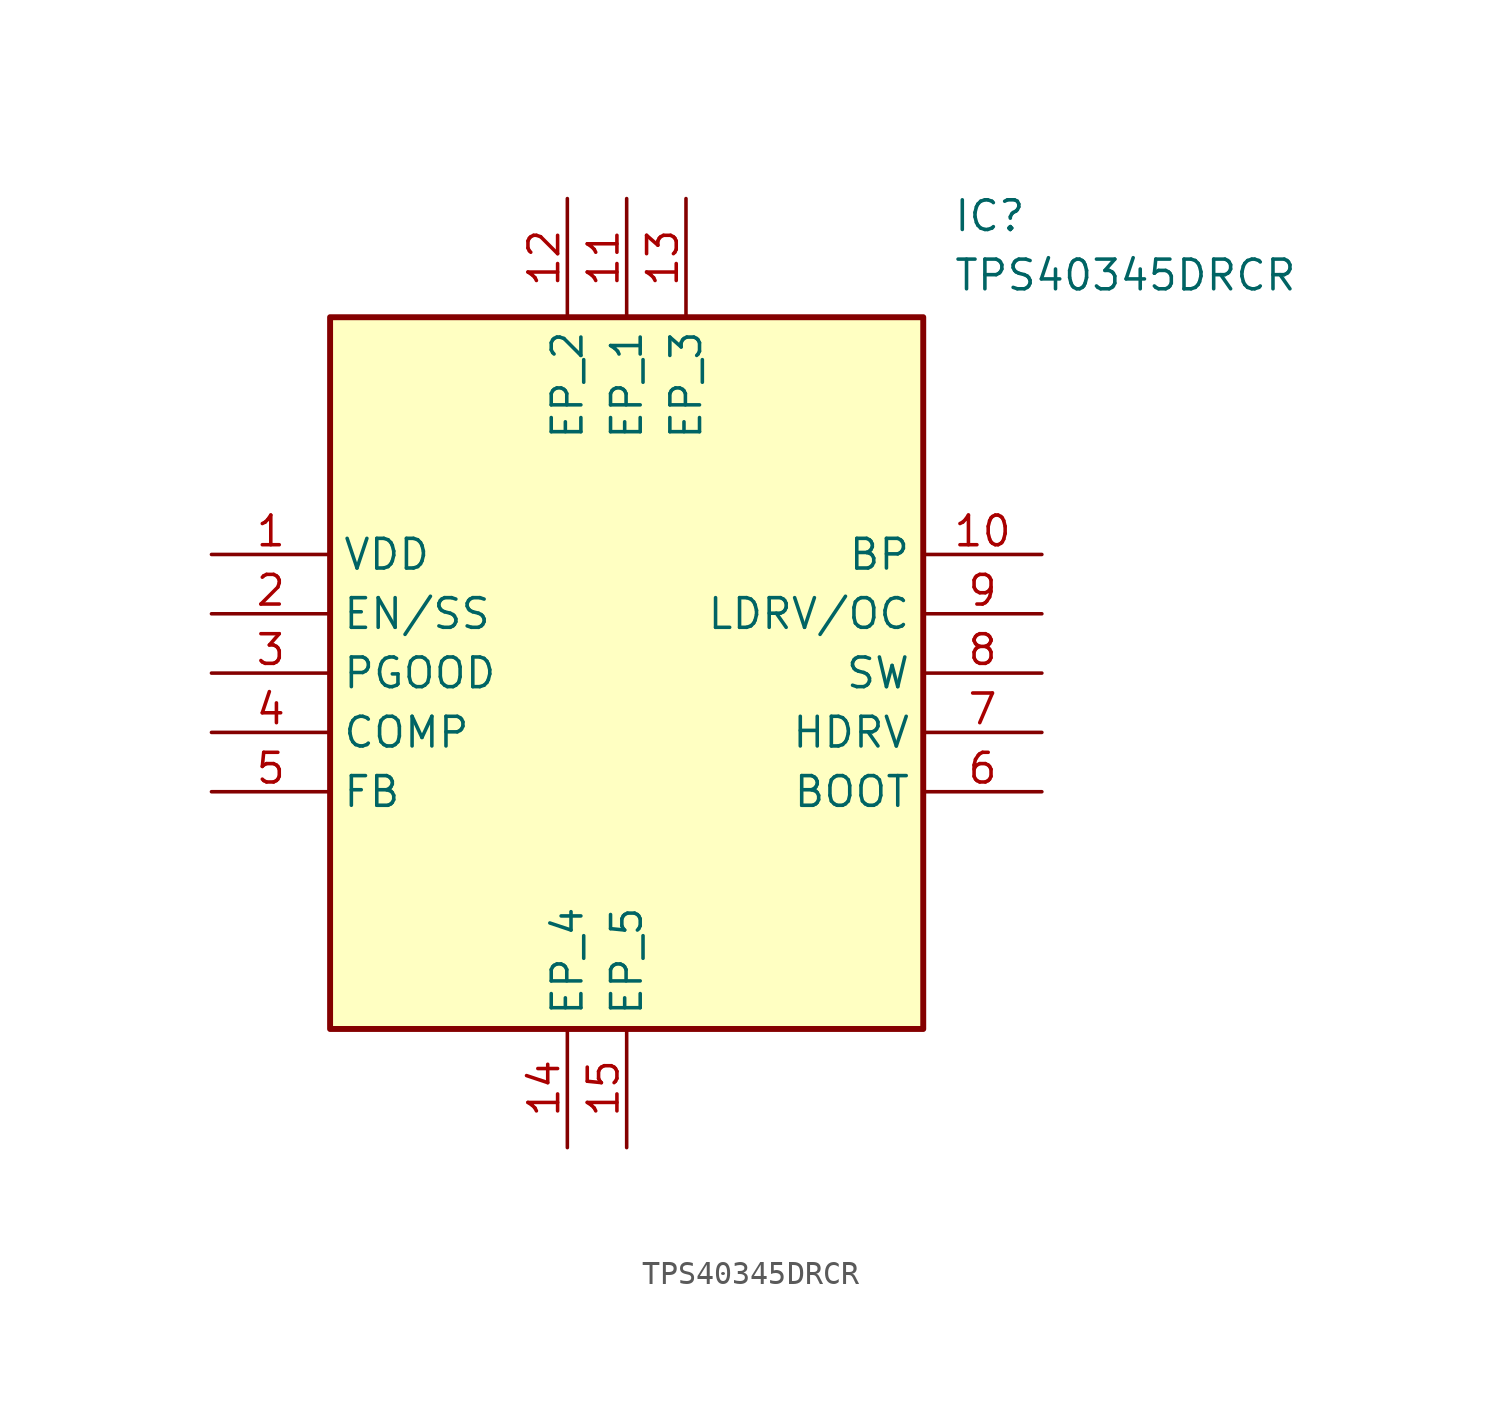
<source format=kicad_sym>
(kicad_symbol_lib
  (version 20211014)
  (generator SamacSys_ECAD_Model)
  (symbol "TPS40345DRCR"
    (property "Reference" "IC"
      (at 31.75 15.24 0)
      (effects (font (size 1.27 1.27)) (justify left top)))
    (property "Value" "TPS40345DRCR"
      (at 31.75 12.7 0)
      (effects (font (size 1.27 1.27)) (justify left top)))
    (rectangle
      (start 5.08 10.16)
      (end 30.48 -20.32)
      (stroke (width 0.254) (type default))
      (fill (type background)))
    (pin passive line
      (at 0 0 0)
      (length 5.08)
      (name "VDD" (effects (font (size 1.27 1.27))))
      (number "1" (effects (font (size 1.27 1.27)))))
    (pin passive line
      (at 0 -2.54 0)
      (length 5.08)
      (name "EN/SS" (effects (font (size 1.27 1.27))))
      (number "2" (effects (font (size 1.27 1.27)))))
    (pin passive line
      (at 0 -5.08 0)
      (length 5.08)
      (name "PGOOD" (effects (font (size 1.27 1.27))))
      (number "3" (effects (font (size 1.27 1.27)))))
    (pin passive line
      (at 0 -7.62 0)
      (length 5.08)
      (name "COMP" (effects (font (size 1.27 1.27))))
      (number "4" (effects (font (size 1.27 1.27)))))
    (pin passive line
      (at 0 -10.16 0)
      (length 5.08)
      (name "FB" (effects (font (size 1.27 1.27))))
      (number "5" (effects (font (size 1.27 1.27)))))
    (pin passive line
      (at 35.56 -10.16 180)
      (length 5.08)
      (name "BOOT" (effects (font (size 1.27 1.27))))
      (number "6" (effects (font (size 1.27 1.27)))))
    (pin passive line
      (at 35.56 -7.62 180)
      (length 5.08)
      (name "HDRV" (effects (font (size 1.27 1.27))))
      (number "7" (effects (font (size 1.27 1.27)))))
    (pin passive line
      (at 35.56 -5.08 180)
      (length 5.08)
      (name "SW" (effects (font (size 1.27 1.27))))
      (number "8" (effects (font (size 1.27 1.27)))))
    (pin passive line
      (at 35.56 -2.54 180)
      (length 5.08)
      (name "LDRV/OC" (effects (font (size 1.27 1.27))))
      (number "9" (effects (font (size 1.27 1.27)))))
    (pin passive line
      (at 35.56 0 180)
      (length 5.08)
      (name "BP" (effects (font (size 1.27 1.27))))
      (number "10" (effects (font (size 1.27 1.27)))))
    (pin passive line
      (at 17.78 15.24 270)
      (length 5.08)
      (name "EP_1" (effects (font (size 1.27 1.27))))
      (number "11" (effects (font (size 1.27 1.27)))))
    (pin passive line
      (at 15.24 15.24 270)
      (length 5.08)
      (name "EP_2" (effects (font (size 1.27 1.27))))
      (number "12" (effects (font (size 1.27 1.27)))))
    (pin passive line
      (at 20.32 15.24 270)
      (length 5.08)
      (name "EP_3" (effects (font (size 1.27 1.27))))
      (number "13" (effects (font (size 1.27 1.27)))))
    (pin passive line
      (at 15.24 -25.4 90)
      (length 5.08)
      (name "EP_4" (effects (font (size 1.27 1.27))))
      (number "14" (effects (font (size 1.27 1.27)))))
    (pin passive line
      (at 17.78 -25.4 90)
      (length 5.08)
      (name "EP_5" (effects (font (size 1.27 1.27))))
      (number "15" (effects (font (size 1.27 1.27)))))))
</source>
